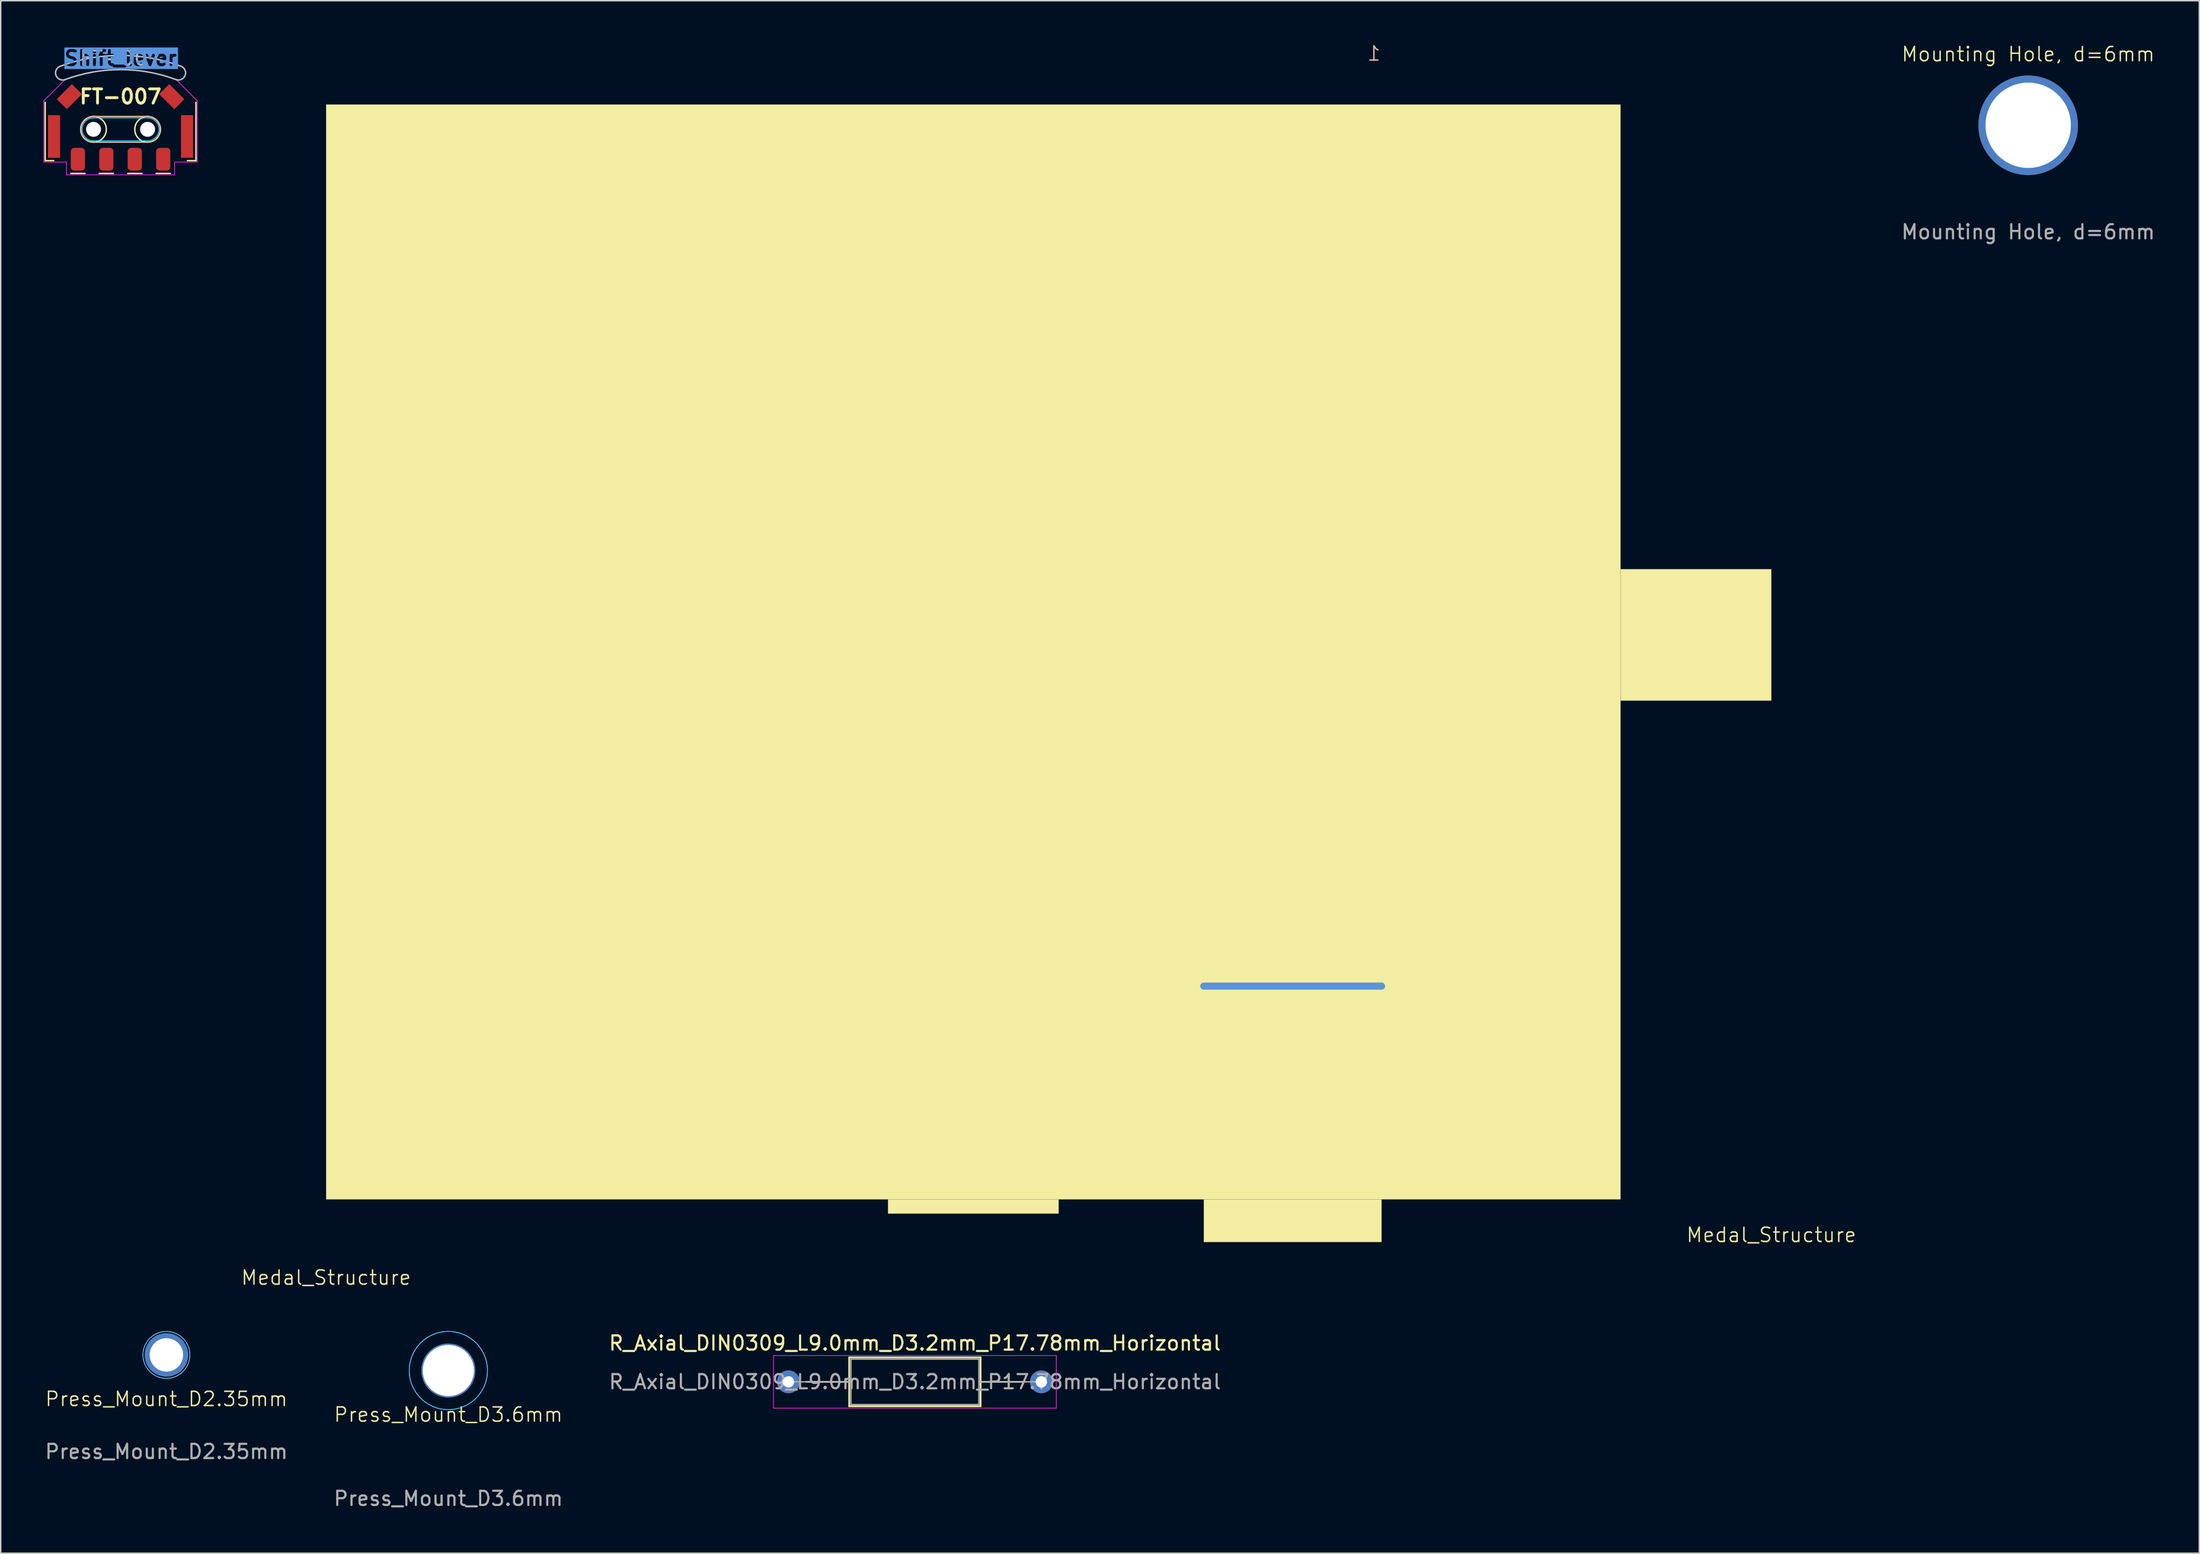
<source format=kicad_pcb>
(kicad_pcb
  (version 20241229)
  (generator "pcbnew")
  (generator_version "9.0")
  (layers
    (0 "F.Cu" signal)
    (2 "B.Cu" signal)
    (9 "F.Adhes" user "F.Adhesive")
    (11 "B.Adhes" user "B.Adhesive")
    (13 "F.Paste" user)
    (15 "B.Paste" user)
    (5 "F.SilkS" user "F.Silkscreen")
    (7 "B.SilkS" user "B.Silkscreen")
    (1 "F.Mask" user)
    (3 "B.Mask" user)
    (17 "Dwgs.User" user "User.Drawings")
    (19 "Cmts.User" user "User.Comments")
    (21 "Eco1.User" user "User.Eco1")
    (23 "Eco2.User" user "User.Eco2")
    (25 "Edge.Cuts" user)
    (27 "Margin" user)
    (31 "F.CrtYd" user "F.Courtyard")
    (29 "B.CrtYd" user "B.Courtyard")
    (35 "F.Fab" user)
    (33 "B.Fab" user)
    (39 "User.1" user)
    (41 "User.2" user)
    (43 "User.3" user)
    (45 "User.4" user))
  (footprint "Mounting Hole, d=6mm"
    (layer "F.Cu")
    (at 139.532 5.761)
    (property "Reference" "Mounting Hole, d=6mm" (at 0 -5 0) (unlocked yes) (layer "F.SilkS") (effects (font (size 1 1) (thickness 0.1))))
    (attr through_hole)
    (fp_text user "${REFERENCE}" (at 0 7.5 0) (unlocked yes) (layer "F.Fab") (effects (font (size 1 1) (thickness 0.15))))
    (pad "" thru_hole circle (at 0 0) (size 7 7) (drill 6) (layers "*.Cu" "*.Mask")))
  (footprint "Press_Mount_D2.35mm"
    (layer "F.Cu")
    (at 8.649 92.236)
    (property "Reference" "Press_Mount_D2.35mm" (at 0 3.1 0) (unlocked yes) (layer "F.SilkS") (effects (font (size 1 1) (thickness 0.1))))
    (attr smd)
    (fp_circle (center 0 0) (end 1.65 0) (stroke (width 0.05) (type default)) (fill no) (layer "B.CrtYd"))
    (fp_circle (center 0 0) (end 1.65 0) (stroke (width 0.05) (type default)) (fill no) (layer "F.CrtYd"))
    (fp_text user "${REFERENCE}" (at 0 6.8 0) (unlocked yes) (layer "F.Fab") (effects (font (size 1 1) (thickness 0.15))))
    (pad "" thru_hole circle (at 0 0) (size 3.05 3.05) (drill 2.35) (layers "*.Cu" "*.Mask")))
  (footprint "Medal_Structure"
    (layer "F.Cu")
    (at 19.876 81.3)
    (property "Reference" "Medal_Structure" (at 101.6 2.5 0) (unlocked yes) (layer "F.SilkS") (effects (font (size 1 1) (thickness 0.1))))
    (attr through_hole)
    (fp_rect (start 0 0) (end 91 -77) (stroke (width 0) (type solid)) (fill yes) (layer "F.SilkS"))
    (fp_rect (start 39.5 1) (end 51.5 0) (stroke (width 0) (type solid)) (fill yes) (layer "F.SilkS"))
    (fp_rect (start 61.7 0) (end 74.2 3) (stroke (width 0) (type solid)) (fill yes) (layer "F.SilkS"))
    (fp_rect (start 91 -35.075) (end 101.6 -44.325) (stroke (width 0) (type solid)) (fill yes) (layer "F.SilkS"))
    (fp_line (start 61.7 -15) (end 74.2 -15) (stroke (width 0.5) (type solid)) (layer "Cmts.User"))
    (fp_text user "${REFERENCE}" (at 0 5.5 0) (unlocked yes) (layer "F.SilkS") (effects (font (size 1 1) (thickness 0.1))))
    (fp_text user "1" (at 74.2 -80 0) (unlocked yes) (layer "B.SilkS") (effects (font (size 1 1) (thickness 0.1)) (justify left bottom mirror))))
  (footprint "Press_Mount_D3.6mm"
    (layer "F.Cu")
    (at 28.47 93.335)
    (property "Reference" "Press_Mount_D3.6mm" (at 0 3.1 0) (unlocked yes) (layer "F.SilkS") (effects (font (size 1 1) (thickness 0.1))))
    (attr smd)
    (fp_circle (center 0 0) (end 2.75 0) (stroke (width 0.05) (type default)) (fill no) (layer "B.CrtYd"))
    (fp_circle (center 0 0) (end 2.75 0) (stroke (width 0.05) (type default)) (fill no) (layer "F.CrtYd"))
    (fp_text user "${REFERENCE}" (at 0 9 0) (unlocked yes) (layer "F.Fab") (effects (font (size 1 1) (thickness 0.15))))
    (pad "" thru_hole circle (at 0 0) (size 3.8 3.8) (drill 3.6) (layers "*.Cu" "*.Mask")))
  (footprint "FT-007"
    (layer "F.Cu")
    (at 5.425 7.047)
    (property "Reference" "FT-007" (at 0 -3.3 0) (unlocked yes) (layer "F.SilkS") (effects (font (size 1 1) (thickness 0.2) (bold yes))))
    (attr smd)
    (fp_line (start -5.3 1) (end -5.3 -2.9) (stroke (width 0.1) (type default)) (layer "F.SilkS"))
    (fp_line (start -5.3 1) (end -5.3 1.2) (stroke (width 0.1) (type default)) (layer "F.SilkS"))
    (fp_line (start -5.3 1.2) (end -4.7 1.2) (stroke (width 0.1) (type default)) (layer "F.SilkS"))
    (fp_line (start -3.5 2.1) (end -2.5 2.1) (stroke (width 0.1) (type default)) (layer "F.SilkS"))
    (fp_line (start -1.5 2.1) (end -0.5 2.1) (stroke (width 0.1) (type default)) (layer "F.SilkS"))
    (fp_line (start 0.5 2.1) (end 1.5 2.1) (stroke (width 0.1) (type default)) (layer "F.SilkS"))
    (fp_line (start 2.5 2.1) (end 3.5 2.1) (stroke (width 0.1) (type default)) (layer "F.SilkS"))
    (fp_line (start 5.3 1) (end 5.3 -2.9) (stroke (width 0.1) (type default)) (layer "F.SilkS"))
    (fp_line (start 5.3 1) (end 5.3 1.2) (stroke (width 0.1) (type default)) (layer "F.SilkS"))
    (fp_line (start 5.3 1.2) (end 4.7 1.2) (stroke (width 0.1) (type default)) (layer "F.SilkS"))
    (fp_circle (center -1.9 -1) (end -1 -1) (stroke (width 0.1) (type default)) (fill no) (layer "F.SilkS"))
    (fp_circle (center 1.9 -1) (end 2.8 -1) (stroke (width 0.1) (type default)) (fill no) (layer "F.SilkS"))
    (fp_line (start -1.9 -0.1) (end 1.9 -0.1) (stroke (width 0.1) (type default)) (layer "B.SilkS"))
    (fp_line (start 1.9 -1.9) (end -1.9 -1.9) (stroke (width 0.1) (type default)) (layer "B.SilkS"))
    (fp_arc (start -1.9 -0.1) (mid -2.8 -1) (end -1.9 -1.9) (stroke (width 0.1) (type default)) (layer "B.SilkS"))
    (fp_arc (start 1.9 -1.9) (mid 2.8 -1) (end 1.9 -0.1) (stroke (width 0.1) (type default)) (layer "B.SilkS"))
    (fp_arc (start -4.248187 -5.437424) (mid 0 -6.200892) (end 4.248187 -5.437424) (stroke (width 0.1) (type default)) (layer "Dwgs.User"))
    (fp_arc (start -3.900001 -4.5) (mid -4.542806 -4.794619) (end -4.248187 -5.437424) (stroke (width 0.1) (type default)) (layer "Dwgs.User"))
    (fp_arc (start -3.9 -4.499999) (mid 0 -5.200892) (end 3.9 -4.499999) (stroke (width 0.1) (type default)) (layer "Dwgs.User"))
    (fp_arc (start 4.248187 -5.437423) (mid 4.542805 -4.794618) (end 3.9 -4.500002) (stroke (width 0.1) (type default)) (layer "Dwgs.User"))
    (fp_line (start -1.9 -1.8) (end 1.9 -1.8) (stroke (width 0.05) (type default)) (layer "B.CrtYd"))
    (fp_line (start -1.9 -0.2) (end 1.9 -0.2) (stroke (width 0.05) (type default)) (layer "B.CrtYd"))
    (fp_arc (start -1.9 -0.2) (mid -2.7 -1) (end -1.9 -1.8) (stroke (width 0.05) (type default)) (layer "B.CrtYd"))
    (fp_arc (start 1.9 -1.8) (mid 2.7 -1) (end 1.9 -0.2) (stroke (width 0.05) (type default)) (layer "B.CrtYd"))
    (fp_line (start -5.4 -3) (end -3.9 -4.5) (stroke (width 0.05) (type default)) (layer "F.CrtYd"))
    (fp_line (start -5.4 1.3) (end -5.4 -3) (stroke (width 0.05) (type default)) (layer "F.CrtYd"))
    (fp_line (start -3.8 1.3) (end -5.4 1.3) (stroke (width 0.05) (type default)) (layer "F.CrtYd"))
    (fp_line (start -3.8 2.2) (end -3.8 1.3) (stroke (width 0.05) (type default)) (layer "F.CrtYd"))
    (fp_line (start 3.8 1.3) (end 3.8 2.2) (stroke (width 0.05) (type default)) (layer "F.CrtYd"))
    (fp_line (start 3.8 2.2) (end -3.8 2.2) (stroke (width 0.05) (type default)) (layer "F.CrtYd"))
    (fp_line (start 3.9 -4.5) (end 5.4 -3) (stroke (width 0.05) (type default)) (layer "F.CrtYd"))
    (fp_line (start 5.4 -3) (end 5.4 1.3) (stroke (width 0.05) (type default)) (layer "F.CrtYd"))
    (fp_line (start 5.4 1.3) (end 3.8 1.3) (stroke (width 0.05) (type default)) (layer "F.CrtYd"))
    (fp_arc (start -3.9 -4.499999) (mid 0 -5.200892) (end 3.9 -4.499999) (stroke (width 0.05) (type default)) (layer "F.CrtYd"))
    (fp_text user "Shift_lever" (at 0 -6 0) (unlocked yes) (layer "Cmts.User" knockout) (effects (font (size 1 1) (thickness 0.2) (bold yes))))
    (fp_text user "${REFERENCE}" (at 0 -6 0) (unlocked yes) (layer "F.Fab") (effects (font (size 1 1) (thickness 0.15))))
    (pad "" smd rect (at -4.675 -0.5) (size 0.85 3) (layers "F.Cu" "F.Mask" "F.Paste"))
    (pad "" smd rect (at -3.6 -3.3 45) (size 1.5 1) (layers "F.Cu" "F.Mask" "F.Paste"))
    (pad "" np_thru_hole circle (at -1.9 -1) (size 1.05 1.05) (drill 1.05) (layers "*.Cu" "*.Mask"))
    (pad "" np_thru_hole circle (at 1.9 -1) (size 1.05 1.05) (drill 1.05) (layers "*.Cu" "*.Mask"))
    (pad "" smd rect (at 3.6 -3.3 315) (size 1.5 1) (layers "F.Cu" "F.Mask" "F.Paste"))
    (pad "" smd rect (at 4.675 -0.5) (size 0.85 3) (layers "F.Cu" "F.Mask" "F.Paste"))
    (pad "1" smd roundrect (at -3 1.1) (size 1 1.6) (layers "F.Cu" "F.Mask" "F.Paste") (roundrect_rratio 0.25))
    (pad "2" smd roundrect (at -1 1.1) (size 1 1.6) (layers "F.Cu" "F.Mask" "F.Paste") (roundrect_rratio 0.25))
    (pad "3" smd roundrect (at 1 1.1) (size 1 1.6) (layers "F.Cu" "F.Mask" "F.Paste") (roundrect_rratio 0.25))
    (pad "4" smd roundrect (at 3 1.1) (size 1 1.6) (layers "F.Cu" "F.Mask" "F.Paste") (roundrect_rratio 0.25)))
  (footprint "R_Axial_DIN0309_L9.0mm_D3.2mm_P17.78mm_Horizontal"
    (layer "F.Cu")
    (at 52.378 94.129)
    (property "Reference" "R_Axial_DIN0309_L9.0mm_D3.2mm_P17.78mm_Horizontal" (at 8.89 -2.72 0) (layer "F.SilkS") (effects (font (size 1 1) (thickness 0.15))))
    (attr through_hole)
    (fp_line (start 1.27 0) (end 4.27 0) (stroke (width 0.12) (type solid)) (layer "F.SilkS"))
    (fp_line (start 4.27 -1.72) (end 4.27 1.72) (stroke (width 0.12) (type solid)) (layer "F.SilkS"))
    (fp_line (start 4.27 1.72) (end 13.51 1.72) (stroke (width 0.12) (type solid)) (layer "F.SilkS"))
    (fp_line (start 13.51 -1.72) (end 4.27 -1.72) (stroke (width 0.12) (type solid)) (layer "F.SilkS"))
    (fp_line (start 13.51 1.72) (end 13.51 -1.72) (stroke (width 0.12) (type solid)) (layer "F.SilkS"))
    (fp_line (start 16.51 0) (end 13.51 0) (stroke (width 0.12) (type solid)) (layer "F.SilkS"))
    (fp_line (start -1.05 -1.85) (end -1.05 1.85) (stroke (width 0.05) (type solid)) (layer "F.CrtYd"))
    (fp_line (start -1.05 1.85) (end 18.83 1.85) (stroke (width 0.05) (type solid)) (layer "F.CrtYd"))
    (fp_line (start 18.83 -1.85) (end -1.05 -1.85) (stroke (width 0.05) (type solid)) (layer "F.CrtYd"))
    (fp_line (start 18.83 1.85) (end 18.83 -1.85) (stroke (width 0.05) (type solid)) (layer "F.CrtYd"))
    (fp_line (start 0 0) (end 4.39 0) (stroke (width 0.1) (type solid)) (layer "F.Fab"))
    (fp_line (start 4.39 -1.6) (end 4.39 1.6) (stroke (width 0.1) (type solid)) (layer "F.Fab"))
    (fp_line (start 4.39 1.6) (end 13.39 1.6) (stroke (width 0.1) (type solid)) (layer "F.Fab"))
    (fp_line (start 13.39 -1.6) (end 4.39 -1.6) (stroke (width 0.1) (type solid)) (layer "F.Fab"))
    (fp_line (start 13.39 1.6) (end 13.39 -1.6) (stroke (width 0.1) (type solid)) (layer "F.Fab"))
    (fp_line (start 17.78 0) (end 13.39 0) (stroke (width 0.1) (type solid)) (layer "F.Fab"))
    (fp_text user "${REFERENCE}" (at 8.89 0 0) (layer "F.Fab") (effects (font (size 1 1) (thickness 0.15))))
    (pad "1" thru_hole circle (at 0 0) (size 1.6 1.6) (drill 0.8) (layers "*.Cu" "*.Mask"))
    (pad "2" thru_hole oval (at 17.78 0) (size 1.6 1.6) (drill 0.8) (layers "*.Cu" "*.Mask")))
  (gr_rect
    (start -3 -3)
    (end 151.562 106.184)
    (stroke (width 0.1) (type default))
    (fill no)
    (layer "Edge.Cuts")))
</source>
